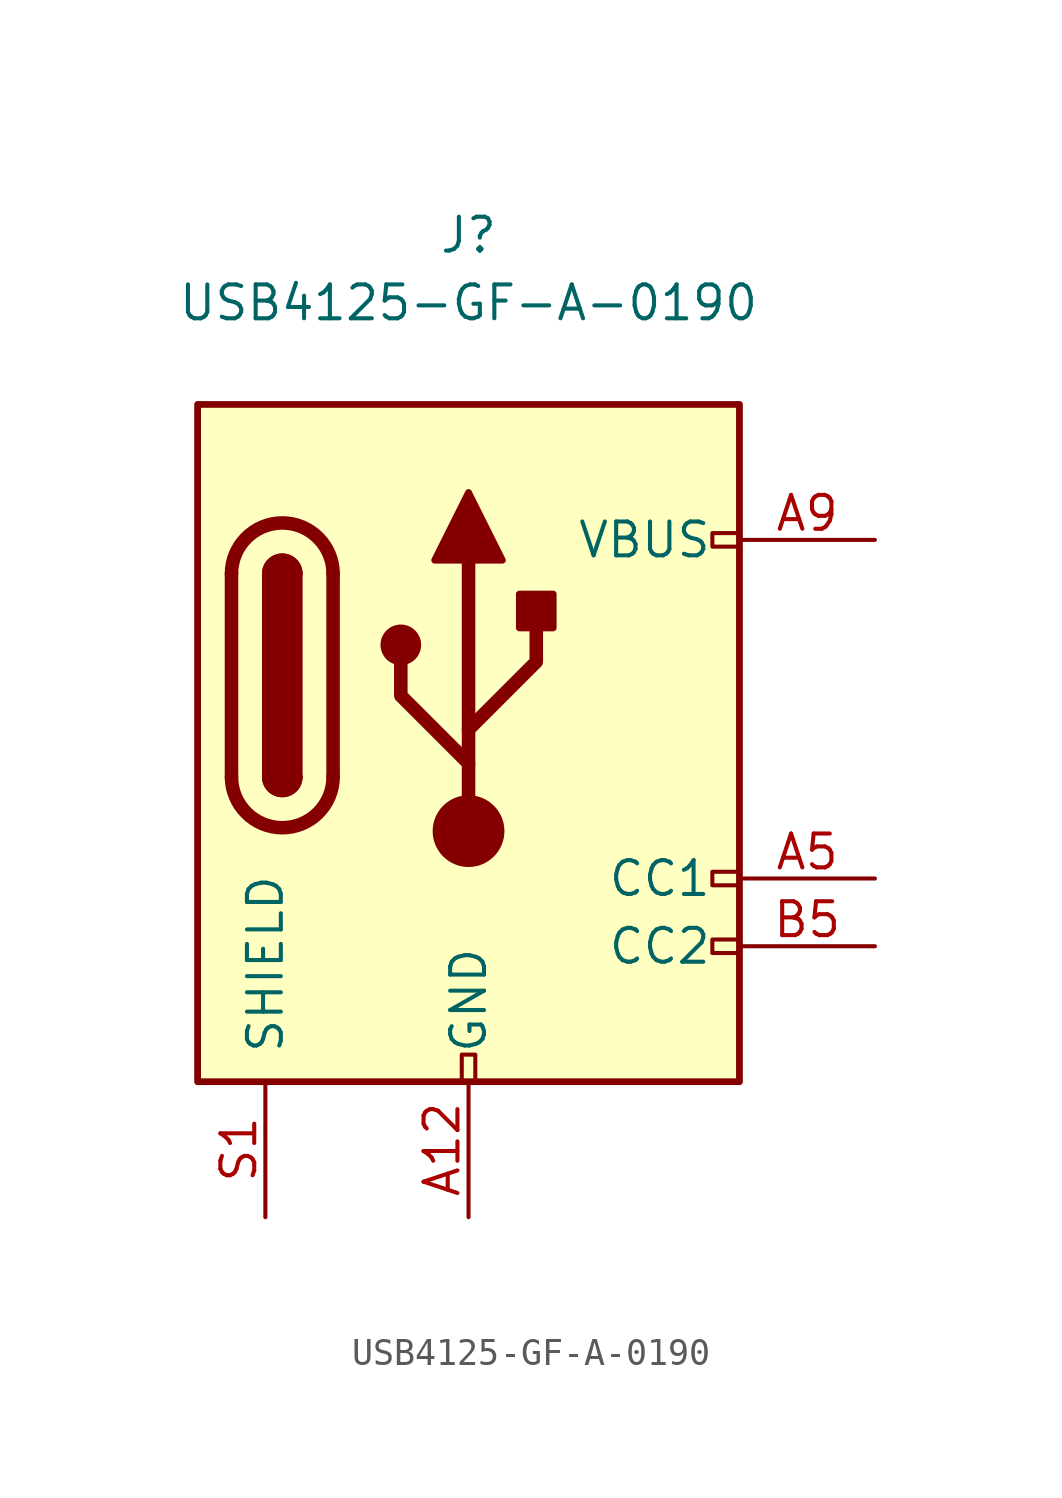
<source format=kicad_sym>
(kicad_symbol_lib
  (version 20220914)
  (generator kicad_symbol_editor)
  (symbol "USB4125-GF-A-0190"
    (pin_names
      (offset 1.016))
    (property "Reference" "J"
      (at 0 19.05 0)
      (effects (font (size 1.27 1.27))))
    (property "Value" "USB4125-GF-A-0190"
      (at 0 16.51 0)
      (effects (font (size 1.27 1.27))))
    (symbol "USB4125-GF-A-0190_0_0"
      (rectangle (start -0.254 -12.7) (end 0.254 -11.684) (stroke (width 0) (type default)) (fill (type none)))
      (rectangle (start 10.16 -7.366) (end 9.144 -7.874) (stroke (width 0) (type default)) (fill (type none)))
      (rectangle (start 10.16 -4.826) (end 9.144 -5.334) (stroke (width 0) (type default)) (fill (type none)))
      (rectangle (start 10.16 7.874) (end 9.144 7.366) (stroke (width 0) (type default)) (fill (type none))))
    (symbol "USB4125-GF-A-0190_0_1"
      (rectangle (start -10.16 12.7) (end 10.16 -12.7) (stroke (width 0.254) (type default)) (fill (type background)))
      (arc (start -8.89 -1.27) (mid -6.985 -3.1667) (end -5.08 -1.27) (stroke (width 0.508) (type default)) (fill (type none)))
      (arc (start -7.62 -1.27) (mid -6.985 -1.9023) (end -6.35 -1.27) (stroke (width 0.254) (type default)) (fill (type none)))
      (arc (start -7.62 -1.27) (mid -6.985 -1.9023) (end -6.35 -1.27) (stroke (width 0.254) (type default)) (fill (type outline)))
      (rectangle (start -7.62 -1.27) (end -6.35 6.35) (stroke (width 0.254) (type default)) (fill (type outline)))
      (arc (start -6.35 6.35) (mid -6.985 6.9823) (end -7.62 6.35) (stroke (width 0.254) (type default)) (fill (type none)))
      (arc (start -6.35 6.35) (mid -6.985 6.9823) (end -7.62 6.35) (stroke (width 0.254) (type default)) (fill (type outline)))
      (arc (start -5.08 6.35) (mid -6.985 8.2467) (end -8.89 6.35) (stroke (width 0.508) (type default)) (fill (type none)))
      (circle (center -2.54 3.683) (radius 0.635) (stroke (width 0.254) (type default)) (fill (type outline)))
      (circle (center 0 -3.302) (radius 1.27) (stroke (width 0) (type default)) (fill (type outline)))
      (polyline (pts (xy -8.89 -1.27) (xy -8.89 6.35)) (stroke (width 0.508) (type default)) (fill (type none)))
      (polyline (pts (xy -5.08 6.35) (xy -5.08 -1.27)) (stroke (width 0.508) (type default)) (fill (type none)))
      (polyline (pts (xy 0 -3.302) (xy 0 6.858)) (stroke (width 0.508) (type default)) (fill (type none)))
      (polyline (pts (xy 0 -0.762) (xy -2.54 1.778) (xy -2.54 3.048)) (stroke (width 0.508) (type default)) (fill (type none)))
      (polyline (pts (xy 0 0.508) (xy 2.54 3.048) (xy 2.54 4.318)) (stroke (width 0.508) (type default)) (fill (type none)))
      (polyline (pts (xy -1.27 6.858) (xy 0 9.398) (xy 1.27 6.858) (xy -1.27 6.858)) (stroke (width 0.254) (type default)) (fill (type outline)))
      (rectangle (start 1.905 4.318) (end 3.175 5.588) (stroke (width 0.254) (type default)) (fill (type outline))))
    (symbol "USB4125-GF-A-0190_1_1"
      (pin passive line (at 0 -17.78 90) (length 5.08) (name "GND" (effects (font (size 1.27 1.27)))) (number "A12" (effects (font (size 1.27 1.27)))))
      (pin bidirectional line (at 15.24 -5.08 180) (length 5.08) (name "CC1" (effects (font (size 1.27 1.27)))) (number "A5" (effects (font (size 1.27 1.27)))))
      (pin passive line (at 15.24 7.62 180) (length 5.08) (name "VBUS" (effects (font (size 1.27 1.27)))) (number "A9" (effects (font (size 1.27 1.27)))))
      (pin passive line (at 0 -17.78 90) (length 5.08) hide (name "GND" (effects (font (size 1.27 1.27)))) (number "B12" (effects (font (size 1.27 1.27)))))
      (pin bidirectional line (at 15.24 -7.62 180) (length 5.08) (name "CC2" (effects (font (size 1.27 1.27)))) (number "B5" (effects (font (size 1.27 1.27)))))
      (pin passive line (at 15.24 7.62 180) (length 5.08) hide (name "VBUS" (effects (font (size 1.27 1.27)))) (number "B9" (effects (font (size 1.27 1.27)))))
      (pin passive line (at -7.62 -17.78 90) (length 5.08) (name "SHIELD" (effects (font (size 1.27 1.27)))) (number "S1" (effects (font (size 1.27 1.27)))))
      (pin passive line (at -7.62 -17.78 90) (length 5.08) hide (name "SHIELD" (effects (font (size 1.27 1.27)))) (number "S2" (effects (font (size 1.27 1.27)))))
      (pin passive line (at -7.62 -17.78 90) (length 5.08) hide (name "SHIELD" (effects (font (size 1.27 1.27)))) (number "S3" (effects (font (size 1.27 1.27)))))
      (pin passive line (at -7.62 -17.78 90) (length 5.08) hide (name "SHIELD" (effects (font (size 1.27 1.27)))) (number "S4" (effects (font (size 1.27 1.27))))))))
</source>
